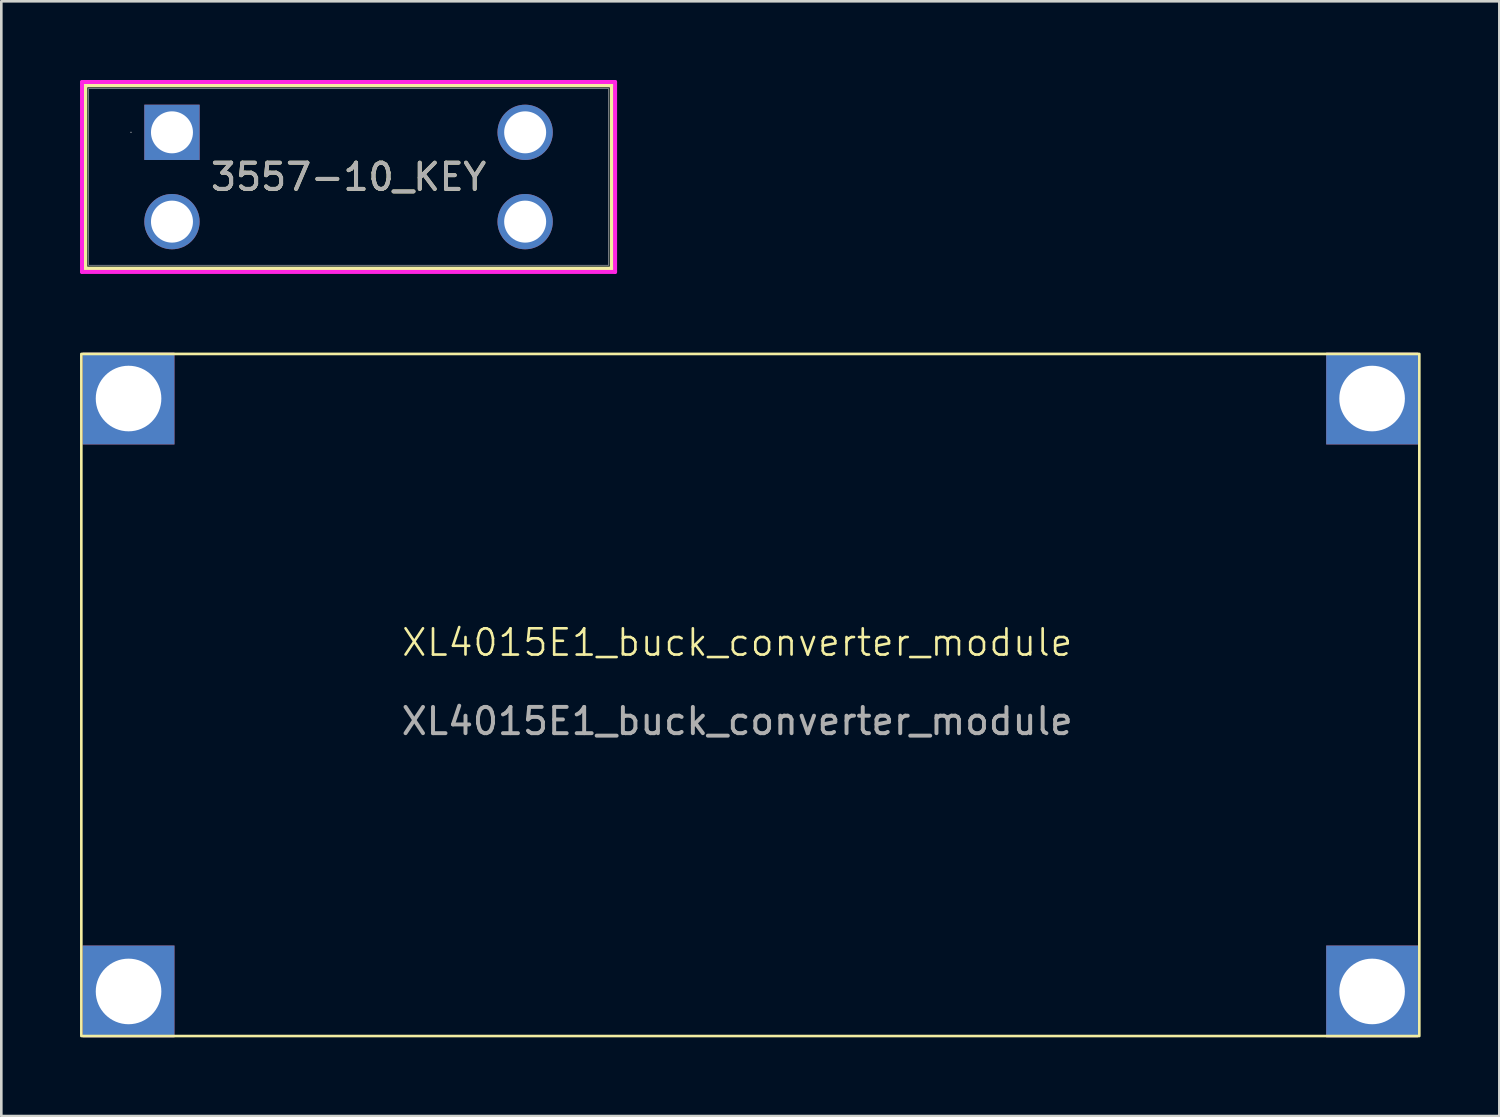
<source format=kicad_pcb>
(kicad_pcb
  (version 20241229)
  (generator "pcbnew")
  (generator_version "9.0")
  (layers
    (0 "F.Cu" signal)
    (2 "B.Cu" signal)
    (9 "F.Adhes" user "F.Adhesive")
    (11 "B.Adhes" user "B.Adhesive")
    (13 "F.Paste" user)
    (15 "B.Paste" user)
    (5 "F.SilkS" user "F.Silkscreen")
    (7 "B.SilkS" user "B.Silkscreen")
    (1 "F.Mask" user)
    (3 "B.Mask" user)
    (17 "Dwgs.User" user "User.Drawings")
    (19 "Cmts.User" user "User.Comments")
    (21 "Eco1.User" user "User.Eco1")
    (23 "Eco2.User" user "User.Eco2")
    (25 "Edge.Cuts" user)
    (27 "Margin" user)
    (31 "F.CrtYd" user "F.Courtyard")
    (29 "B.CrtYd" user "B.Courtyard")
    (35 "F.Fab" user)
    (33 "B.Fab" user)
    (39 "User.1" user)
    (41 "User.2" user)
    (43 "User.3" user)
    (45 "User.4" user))
  (footprint "3557-10_KEY"
    (layer "F.Cu")
    (at 3.505 1.994)
    (property "Reference" "3557-10_KEY" (at 6.731 1.702 0) (unlocked yes) (layer "F.SilkS") (effects (font (size 1 1) (thickness 0.15))))
    (attr through_hole)
    (fp_line (start -3.302 -1.791) (end -3.302 5.194) (stroke (width 0.152) (type solid)) (layer "F.SilkS"))
    (fp_line (start 16.764 -1.791) (end -3.302 -1.791) (stroke (width 0.152) (type solid)) (layer "F.SilkS"))
    (fp_line (start 16.764 -1.791) (end 16.764 5.194) (stroke (width 0.152) (type solid)) (layer "F.SilkS"))
    (fp_line (start 16.764 5.194) (end -3.302 5.194) (stroke (width 0.152) (type solid)) (layer "F.SilkS"))
    (fp_line (start -3.429 -1.918) (end 16.891 -1.918) (stroke (width 0.152) (type solid)) (layer "F.CrtYd"))
    (fp_line (start -3.429 5.321) (end -3.429 -1.918) (stroke (width 0.152) (type solid)) (layer "F.CrtYd"))
    (fp_line (start 16.891 -1.918) (end 16.891 5.321) (stroke (width 0.152) (type solid)) (layer "F.CrtYd"))
    (fp_line (start 16.891 5.321) (end -3.429 5.321) (stroke (width 0.152) (type solid)) (layer "F.CrtYd"))
    (fp_line (start -3.175 -1.664) (end -3.175 5.067) (stroke (width 0.025) (type solid)) (layer "F.Fab"))
    (fp_line (start 16.637 -1.664) (end -3.175 -1.664) (stroke (width 0.025) (type solid)) (layer "F.Fab"))
    (fp_line (start 16.637 -1.664) (end 16.637 5.067) (stroke (width 0.025) (type solid)) (layer "F.Fab"))
    (fp_line (start 16.637 5.067) (end -3.175 5.067) (stroke (width 0.025) (type solid)) (layer "F.Fab"))
    (fp_circle (center -1.562 0) (end -1.562 0) (stroke (width 0.025) (type solid)) (fill no) (layer "F.Fab"))
    (fp_text user "${REFERENCE}" (at 6.731 1.702 0) (unlocked yes) (layer "F.Fab") (effects (font (size 1 1) (thickness 0.15))))
    (pad "1" thru_hole rect (at 0 0) (size 2.108 2.108) (drill 1.6) (layers "*.Cu" "*.Mask"))
    (pad "2" thru_hole circle (at 0 3.404) (size 2.108 2.108) (drill 1.6) (layers "*.Cu" "*.Mask"))
    (pad "3" thru_hole circle (at 13.462 3.404) (size 2.108 2.108) (drill 1.6) (layers "*.Cu" "*.Mask"))
    (pad "4" thru_hole circle (at 13.462 0) (size 2.108 2.108) (drill 1.6) (layers "*.Cu" "*.Mask")))
  (footprint "XL4015E1_buck_converter_module"
    (layer "F.Cu")
    (at 25.05 21.941)
    (property "Reference" "XL4015E1_buck_converter_module" (at 0 -0.5 0) (unlocked yes) (layer "F.SilkS") (effects (font (size 1 1) (thickness 0.1))))
    (attr through_hole)
    (fp_rect (start -25 -11.5) (end 26 14.5) (stroke (width 0.1) (type default)) (fill no) (layer "F.SilkS"))
    (fp_text user "${REFERENCE}" (at 0 2.5 0) (unlocked yes) (layer "F.Fab") (effects (font (size 1 1) (thickness 0.15))))
    (pad "1" thru_hole rect (at -23.2 -9.8) (size 3.5 3.5) (drill 2.5) (layers "*.Cu" "*.Mask"))
    (pad "1" thru_hole rect (at -23.2 12.8) (size 3.5 3.5) (drill 2.5) (layers "*.Cu" "*.Mask"))
    (pad "1" thru_hole rect (at 24.2 -9.8) (size 3.5 3.5) (drill 2.5) (layers "*.Cu" "*.Mask"))
    (pad "1" thru_hole rect (at 24.2 12.8) (size 3.5 3.5) (drill 2.5) (layers "*.Cu" "*.Mask")))
  (gr_rect
    (start -3 -3)
    (end 54.1 39.491)
    (stroke (width 0.1) (type default))
    (fill no)
    (layer "Edge.Cuts")))
</source>
